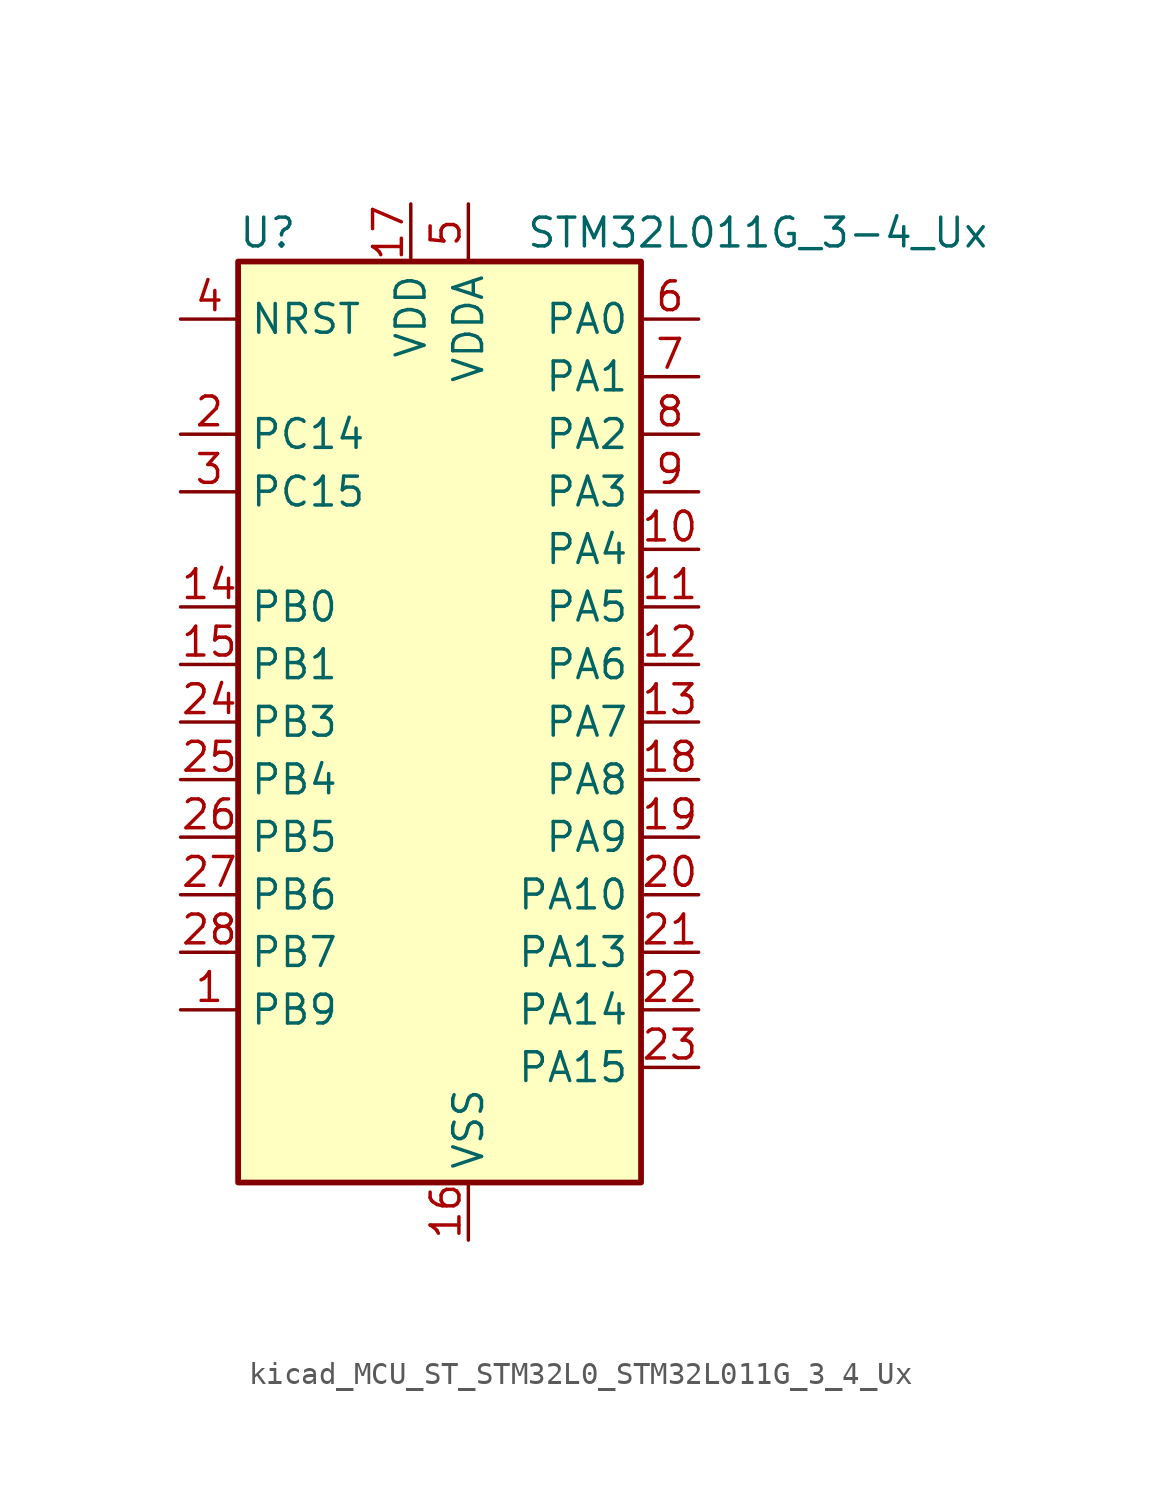
<source format=kicad_sym>
(kicad_symbol_lib
  (version 20220914)
  (generator kicad_symbol_editor)
  (symbol "kicad_MCU_ST_STM32L0_STM32L011G_3_4_Ux"
    (property "Reference" "U"
      (at -7.62 21.59 0)
      (effects (font (size 1.27 1.27)) (justify left)))
    (property "Value" "STM32L011G_3-4_Ux"
      (at 5.08 21.59 0)
      (effects (font (size 1.27 1.27)) (justify left)))
    (property "ki_locked" ""
      (at 0 0 0)
      (effects (font (size 1.27 1.27))))
    (symbol "kicad_MCU_ST_STM32L0_STM32L011G_3_4_Ux_0_1"
      (rectangle (start -7.62 -20.32) (end 10.16 20.32) (stroke (width 0.254) (type default)) (fill (type background))))
    (symbol "kicad_MCU_ST_STM32L0_STM32L011G_3_4_Ux_1_1"
      (pin bidirectional line (at -10.16 -12.7 0) (length 2.54) (name "PB9" (effects (font (size 1.27 1.27)))) (number "1" (effects (font (size 1.27 1.27)))))
      (pin bidirectional line (at 12.7 7.62 180) (length 2.54) (name "PA4" (effects (font (size 1.27 1.27)))) (number "10" (effects (font (size 1.27 1.27)))) (alternate "ADC_IN4" bidirectional line) (alternate "COMP1_INM" bidirectional line) (alternate "COMP2_INM" bidirectional line) (alternate "COMP2_OUT" bidirectional line) (alternate "I2C1_SCL" bidirectional line) (alternate "LPTIM1_ETR" bidirectional line) (alternate "LPTIM1_IN1" bidirectional line) (alternate "LPUART1_TX" bidirectional line) (alternate "SPI1_NSS" bidirectional line) (alternate "TIM2_ETR" bidirectional line) (alternate "USART2_CK" bidirectional line))
      (pin bidirectional line (at 12.7 5.08 180) (length 2.54) (name "PA5" (effects (font (size 1.27 1.27)))) (number "11" (effects (font (size 1.27 1.27)))) (alternate "ADC_IN5" bidirectional line) (alternate "COMP1_INM" bidirectional line) (alternate "COMP2_INM" bidirectional line) (alternate "LPTIM1_IN2" bidirectional line) (alternate "SPI1_SCK" bidirectional line) (alternate "TIM2_CH1" bidirectional line) (alternate "TIM2_ETR" bidirectional line))
      (pin bidirectional line (at 12.7 2.54 180) (length 2.54) (name "PA6" (effects (font (size 1.27 1.27)))) (number "12" (effects (font (size 1.27 1.27)))) (alternate "ADC_IN6" bidirectional line) (alternate "COMP1_OUT" bidirectional line) (alternate "LPTIM1_ETR" bidirectional line) (alternate "LPUART1_CTS" bidirectional line) (alternate "SPI1_MISO" bidirectional line))
      (pin bidirectional line (at 12.7 0 180) (length 2.54) (name "PA7" (effects (font (size 1.27 1.27)))) (number "13" (effects (font (size 1.27 1.27)))) (alternate "ADC_IN7" bidirectional line) (alternate "COMP2_INP" bidirectional line) (alternate "COMP2_OUT" bidirectional line) (alternate "LPTIM1_OUT" bidirectional line) (alternate "SPI1_MOSI" bidirectional line) (alternate "TIM21_ETR" bidirectional line) (alternate "USART2_CTS" bidirectional line))
      (pin bidirectional line (at -10.16 5.08 0) (length 2.54) (name "PB0" (effects (font (size 1.27 1.27)))) (number "14" (effects (font (size 1.27 1.27)))) (alternate "ADC_IN8" bidirectional line) (alternate "SPI1_MISO" bidirectional line) (alternate "SYS_VREF_OUT_PB0" bidirectional line) (alternate "TIM2_CH2" bidirectional line) (alternate "TIM2_CH3" bidirectional line) (alternate "USART2_DE" bidirectional line) (alternate "USART2_RTS" bidirectional line))
      (pin bidirectional line (at -10.16 2.54 0) (length 2.54) (name "PB1" (effects (font (size 1.27 1.27)))) (number "15" (effects (font (size 1.27 1.27)))) (alternate "ADC_IN9" bidirectional line) (alternate "LPTIM1_IN1" bidirectional line) (alternate "LPUART1_DE" bidirectional line) (alternate "LPUART1_RTS" bidirectional line) (alternate "SPI1_MOSI" bidirectional line) (alternate "SYS_VREF_OUT_PB1" bidirectional line) (alternate "TIM2_CH4" bidirectional line) (alternate "USART2_CK" bidirectional line))
      (pin power_in line (at 2.54 -22.86 90) (length 2.54) (name "VSS" (effects (font (size 1.27 1.27)))) (number "16" (effects (font (size 1.27 1.27)))))
      (pin power_in line (at 0 22.86 270) (length 2.54) (name "VDD" (effects (font (size 1.27 1.27)))) (number "17" (effects (font (size 1.27 1.27)))))
      (pin bidirectional line (at 12.7 -2.54 180) (length 2.54) (name "PA8" (effects (font (size 1.27 1.27)))) (number "18" (effects (font (size 1.27 1.27)))) (alternate "LPTIM1_IN1" bidirectional line) (alternate "RCC_MCO" bidirectional line) (alternate "TIM2_CH1" bidirectional line) (alternate "USART2_CK" bidirectional line))
      (pin bidirectional line (at 12.7 -5.08 180) (length 2.54) (name "PA9" (effects (font (size 1.27 1.27)))) (number "19" (effects (font (size 1.27 1.27)))) (alternate "COMP1_OUT" bidirectional line) (alternate "I2C1_SCL" bidirectional line) (alternate "LPTIM1_OUT" bidirectional line) (alternate "RCC_MCO" bidirectional line) (alternate "TIM21_CH2" bidirectional line) (alternate "USART2_TX" bidirectional line))
      (pin bidirectional line (at -10.16 12.7 0) (length 2.54) (name "PC14" (effects (font (size 1.27 1.27)))) (number "2" (effects (font (size 1.27 1.27)))) (alternate "RCC_OSC32_IN" bidirectional line))
      (pin bidirectional line (at 12.7 -7.62 180) (length 2.54) (name "PA10" (effects (font (size 1.27 1.27)))) (number "20" (effects (font (size 1.27 1.27)))) (alternate "COMP1_OUT" bidirectional line) (alternate "I2C1_SDA" bidirectional line) (alternate "RTC_REFIN" bidirectional line) (alternate "TIM21_CH1" bidirectional line) (alternate "TIM2_CH3" bidirectional line) (alternate "USART2_RX" bidirectional line))
      (pin bidirectional line (at 12.7 -10.16 180) (length 2.54) (name "PA13" (effects (font (size 1.27 1.27)))) (number "21" (effects (font (size 1.27 1.27)))) (alternate "COMP1_OUT" bidirectional line) (alternate "I2C1_SDA" bidirectional line) (alternate "LPTIM1_ETR" bidirectional line) (alternate "LPUART1_RX" bidirectional line) (alternate "SPI1_SCK" bidirectional line) (alternate "SYS_SWDIO" bidirectional line))
      (pin bidirectional line (at 12.7 -12.7 180) (length 2.54) (name "PA14" (effects (font (size 1.27 1.27)))) (number "22" (effects (font (size 1.27 1.27)))) (alternate "COMP2_OUT" bidirectional line) (alternate "I2C1_SMBA" bidirectional line) (alternate "LPTIM1_OUT" bidirectional line) (alternate "LPUART1_TX" bidirectional line) (alternate "SPI1_MISO" bidirectional line) (alternate "SYS_SWCLK" bidirectional line) (alternate "USART2_TX" bidirectional line))
      (pin bidirectional line (at 12.7 -15.24 180) (length 2.54) (name "PA15" (effects (font (size 1.27 1.27)))) (number "23" (effects (font (size 1.27 1.27)))) (alternate "SPI1_NSS" bidirectional line) (alternate "TIM2_CH1" bidirectional line) (alternate "TIM2_ETR" bidirectional line) (alternate "USART2_RX" bidirectional line))
      (pin bidirectional line (at -10.16 0 0) (length 2.54) (name "PB3" (effects (font (size 1.27 1.27)))) (number "24" (effects (font (size 1.27 1.27)))) (alternate "COMP2_INM" bidirectional line) (alternate "SPI1_SCK" bidirectional line) (alternate "TIM2_CH2" bidirectional line))
      (pin bidirectional line (at -10.16 -2.54 0) (length 2.54) (name "PB4" (effects (font (size 1.27 1.27)))) (number "25" (effects (font (size 1.27 1.27)))) (alternate "COMP2_INP" bidirectional line) (alternate "SPI1_MISO" bidirectional line))
      (pin bidirectional line (at -10.16 -5.08 0) (length 2.54) (name "PB5" (effects (font (size 1.27 1.27)))) (number "26" (effects (font (size 1.27 1.27)))) (alternate "COMP2_INP" bidirectional line) (alternate "I2C1_SMBA" bidirectional line) (alternate "LPTIM1_IN1" bidirectional line) (alternate "SPI1_MOSI" bidirectional line) (alternate "TIM21_CH1" bidirectional line))
      (pin bidirectional line (at -10.16 -7.62 0) (length 2.54) (name "PB6" (effects (font (size 1.27 1.27)))) (number "27" (effects (font (size 1.27 1.27)))) (alternate "COMP2_INP" bidirectional line) (alternate "I2C1_SCL" bidirectional line) (alternate "LPTIM1_ETR" bidirectional line) (alternate "LPUART1_TX" bidirectional line) (alternate "TIM2_CH3" bidirectional line) (alternate "USART2_TX" bidirectional line))
      (pin bidirectional line (at -10.16 -10.16 0) (length 2.54) (name "PB7" (effects (font (size 1.27 1.27)))) (number "28" (effects (font (size 1.27 1.27)))) (alternate "COMP2_INP" bidirectional line) (alternate "I2C1_SDA" bidirectional line) (alternate "LPTIM1_IN2" bidirectional line) (alternate "LPUART1_RX" bidirectional line) (alternate "SYS_PVD_IN" bidirectional line) (alternate "TIM2_CH4" bidirectional line) (alternate "USART2_RX" bidirectional line))
      (pin bidirectional line (at -10.16 10.16 0) (length 2.54) (name "PC15" (effects (font (size 1.27 1.27)))) (number "3" (effects (font (size 1.27 1.27)))) (alternate "RCC_OSC32_OUT" bidirectional line))
      (pin input line (at -10.16 17.78 0) (length 2.54) (name "NRST" (effects (font (size 1.27 1.27)))) (number "4" (effects (font (size 1.27 1.27)))))
      (pin power_in line (at 2.54 22.86 270) (length 2.54) (name "VDDA" (effects (font (size 1.27 1.27)))) (number "5" (effects (font (size 1.27 1.27)))))
      (pin bidirectional line (at 12.7 17.78 180) (length 2.54) (name "PA0" (effects (font (size 1.27 1.27)))) (number "6" (effects (font (size 1.27 1.27)))) (alternate "ADC_IN0" bidirectional line) (alternate "COMP1_INM" bidirectional line) (alternate "COMP1_OUT" bidirectional line) (alternate "LPTIM1_IN1" bidirectional line) (alternate "LPUART1_RX" bidirectional line) (alternate "RCC_CK_IN" bidirectional line) (alternate "RTC_TAMP2" bidirectional line) (alternate "SYS_WKUP1" bidirectional line) (alternate "TIM2_CH1" bidirectional line) (alternate "TIM2_ETR" bidirectional line) (alternate "USART2_CTS" bidirectional line) (alternate "USART2_RX" bidirectional line))
      (pin bidirectional line (at 12.7 15.24 180) (length 2.54) (name "PA1" (effects (font (size 1.27 1.27)))) (number "7" (effects (font (size 1.27 1.27)))) (alternate "ADC_IN1" bidirectional line) (alternate "COMP1_INP" bidirectional line) (alternate "I2C1_SMBA" bidirectional line) (alternate "LPTIM1_IN2" bidirectional line) (alternate "LPUART1_TX" bidirectional line) (alternate "TIM21_ETR" bidirectional line) (alternate "TIM2_CH2" bidirectional line) (alternate "USART2_DE" bidirectional line) (alternate "USART2_RTS" bidirectional line))
      (pin bidirectional line (at 12.7 12.7 180) (length 2.54) (name "PA2" (effects (font (size 1.27 1.27)))) (number "8" (effects (font (size 1.27 1.27)))) (alternate "ADC_IN2" bidirectional line) (alternate "COMP2_INM" bidirectional line) (alternate "COMP2_OUT" bidirectional line) (alternate "LPUART1_TX" bidirectional line) (alternate "RTC_OUT_ALARM" bidirectional line) (alternate "RTC_OUT_CALIB" bidirectional line) (alternate "RTC_TAMP3" bidirectional line) (alternate "RTC_TS" bidirectional line) (alternate "SYS_WKUP3" bidirectional line) (alternate "TIM21_CH1" bidirectional line) (alternate "TIM2_CH3" bidirectional line) (alternate "USART2_TX" bidirectional line))
      (pin bidirectional line (at 12.7 10.16 180) (length 2.54) (name "PA3" (effects (font (size 1.27 1.27)))) (number "9" (effects (font (size 1.27 1.27)))) (alternate "ADC_IN3" bidirectional line) (alternate "COMP2_INP" bidirectional line) (alternate "LPUART1_RX" bidirectional line) (alternate "TIM21_CH2" bidirectional line) (alternate "TIM2_CH4" bidirectional line) (alternate "USART2_RX" bidirectional line)))))
</source>
